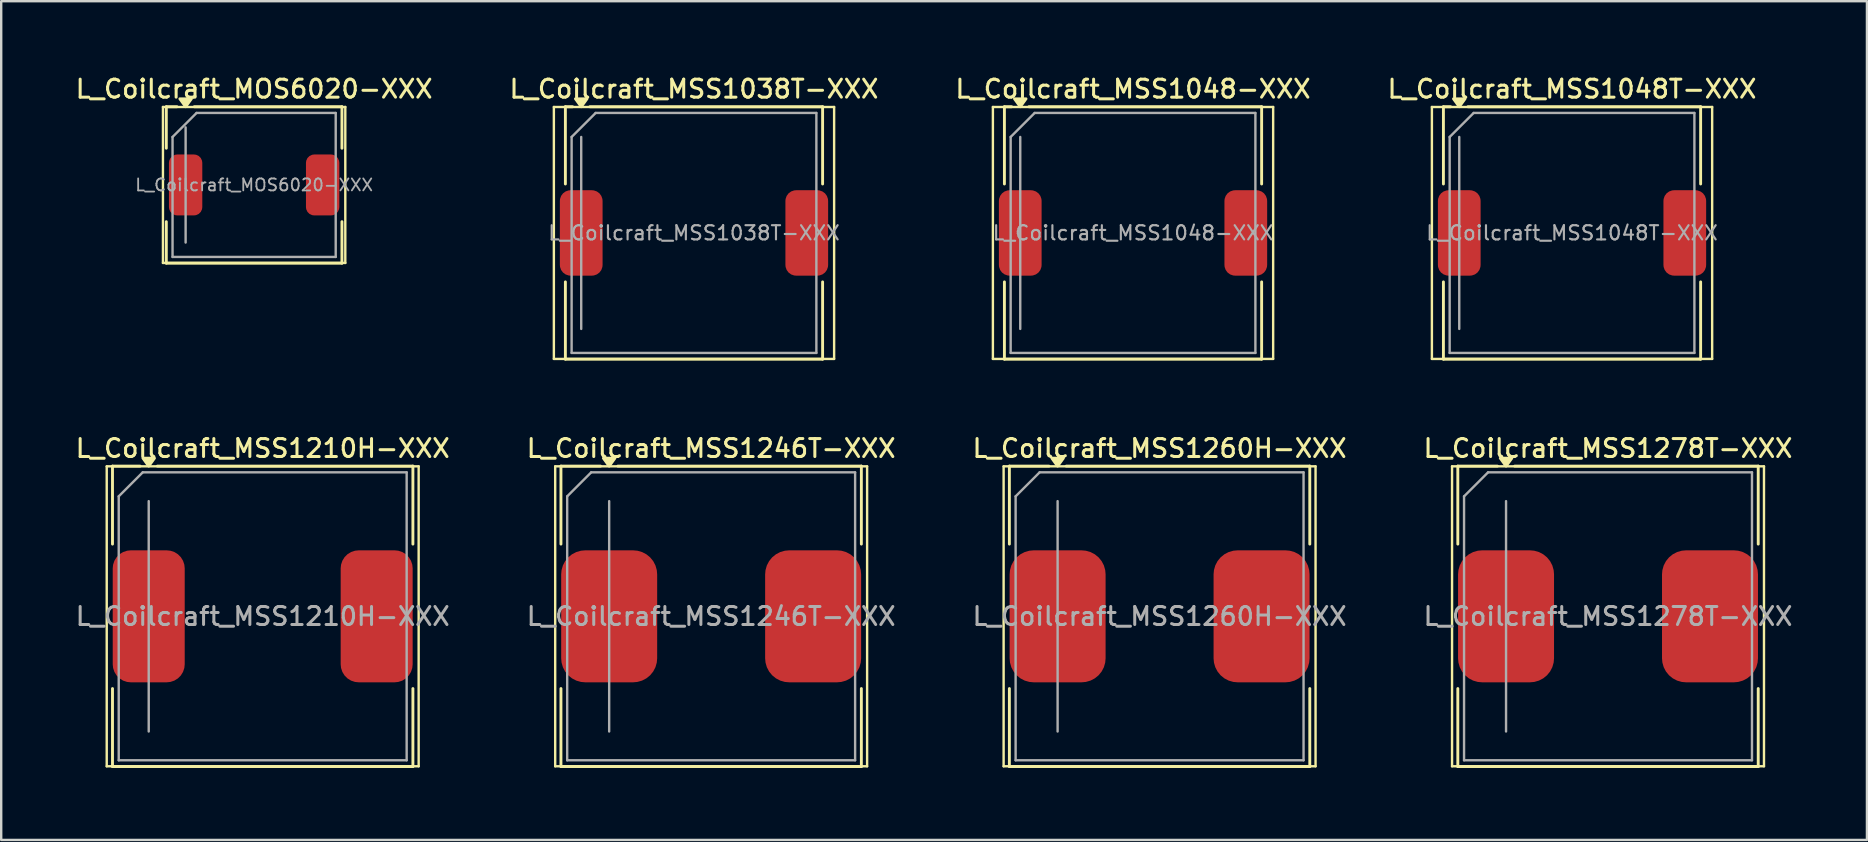
<source format=kicad_pcb>
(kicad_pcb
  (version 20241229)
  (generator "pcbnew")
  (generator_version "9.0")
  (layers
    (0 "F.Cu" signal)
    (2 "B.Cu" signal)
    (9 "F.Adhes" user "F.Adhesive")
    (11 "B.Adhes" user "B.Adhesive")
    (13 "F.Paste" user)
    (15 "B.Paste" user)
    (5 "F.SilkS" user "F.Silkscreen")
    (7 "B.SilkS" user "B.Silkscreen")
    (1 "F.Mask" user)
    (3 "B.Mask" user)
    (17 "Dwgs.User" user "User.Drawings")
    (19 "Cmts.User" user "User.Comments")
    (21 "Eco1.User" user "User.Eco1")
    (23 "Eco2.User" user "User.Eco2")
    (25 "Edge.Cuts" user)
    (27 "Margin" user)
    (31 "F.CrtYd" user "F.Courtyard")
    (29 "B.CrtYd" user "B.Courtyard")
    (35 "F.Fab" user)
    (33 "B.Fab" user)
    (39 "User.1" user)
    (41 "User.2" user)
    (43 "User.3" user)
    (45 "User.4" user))
  (footprint "L_Coilcraft_MSS1260H-XXX"
    (layer "F.Cu")
    (at 45.277 22.636)
    (property "Reference" "L_Coilcraft_MSS1260H-XXX" (at 0 -7 0) (layer "F.SilkS") (effects (font (size 0.75 0.75) (thickness 0.125))))
    (attr smd)
    (fp_line (start -6.5 -6.25) (end -6.5 6.25) (stroke (width 0.1) (type solid)) (layer "F.SilkS"))
    (fp_line (start -6.5 6.25) (end 6.5 6.25) (stroke (width 0.1) (type solid)) (layer "F.SilkS"))
    (fp_line (start -6.26 -6.26) (end -6.26 -3.01) (stroke (width 0.12) (type solid)) (layer "F.SilkS"))
    (fp_line (start -6.26 -6.26) (end -4.61 -6.26) (stroke (width 0.12) (type solid)) (layer "F.SilkS"))
    (fp_line (start -6.26 6.26) (end -6.26 3.01) (stroke (width 0.12) (type solid)) (layer "F.SilkS"))
    (fp_line (start -6.26 6.26) (end 6.26 6.26) (stroke (width 0.12) (type solid)) (layer "F.SilkS"))
    (fp_line (start -3.89 -6.26) (end 6.26 -6.26) (stroke (width 0.12) (type solid)) (layer "F.SilkS"))
    (fp_line (start 6.26 -6.26) (end 6.26 -3.01) (stroke (width 0.12) (type solid)) (layer "F.SilkS"))
    (fp_line (start 6.26 6.26) (end 6.26 3.01) (stroke (width 0.12) (type solid)) (layer "F.SilkS"))
    (fp_line (start 6.5 -6.25) (end -6.5 -6.25) (stroke (width 0.1) (type solid)) (layer "F.SilkS"))
    (fp_line (start 6.5 6.25) (end 6.5 -6.25) (stroke (width 0.1) (type solid)) (layer "F.SilkS"))
    (fp_poly (pts (xy -4.25 -6.26) (xy -4.49 -6.59) (xy -4.01 -6.59) (xy -4.25 -6.26)) (stroke (width 0.12) (type solid)) (fill yes) (layer "F.SilkS"))
    (fp_line (start -6 -5) (end -5 -6) (stroke (width 0.1) (type solid)) (layer "F.Fab"))
    (fp_line (start -6 6) (end -6 -5) (stroke (width 0.1) (type solid)) (layer "F.Fab"))
    (fp_line (start -5 -6) (end 6 -6) (stroke (width 0.1) (type solid)) (layer "F.Fab"))
    (fp_line (start -4.25 4.8) (end -4.25 -4.8) (stroke (width 0.1) (type solid)) (layer "F.Fab"))
    (fp_line (start 6 -6) (end 6 6) (stroke (width 0.1) (type solid)) (layer "F.Fab"))
    (fp_line (start 6 6) (end -6 6) (stroke (width 0.1) (type solid)) (layer "F.Fab"))
    (fp_text user "${REFERENCE}" (at 0 0 0) (layer "F.Fab") (effects (font (size 0.75 0.75) (thickness 0.125))))
    (pad "1" smd roundrect (at -4.25 0) (size 4 5.5) (layers "F.Cu" "F.Mask" "F.Paste") (roundrect_rratio 0.25))
    (pad "2" smd roundrect (at 4.25 0) (size 4 5.5) (layers "F.Cu" "F.Mask" "F.Paste") (roundrect_rratio 0.25)))
  (footprint "L_Coilcraft_MSS1048-XXX"
    (layer "F.Cu")
    (at 44.17 6.658)
    (property "Reference" "L_Coilcraft_MSS1048-XXX" (at 0 -6 0) (layer "F.SilkS") (effects (font (size 0.75 0.75) (thickness 0.125))))
    (attr smd)
    (fp_line (start -5.84 -5.25) (end -5.84 5.25) (stroke (width 0.1) (type solid)) (layer "F.SilkS"))
    (fp_line (start -5.84 5.25) (end 5.84 5.25) (stroke (width 0.1) (type solid)) (layer "F.SilkS"))
    (fp_line (start -5.36 -5.26) (end -5.36 -2.04) (stroke (width 0.12) (type solid)) (layer "F.SilkS"))
    (fp_line (start -5.36 -5.26) (end -5.06 -5.26) (stroke (width 0.12) (type solid)) (layer "F.SilkS"))
    (fp_line (start -5.36 5.26) (end -5.36 2.04) (stroke (width 0.12) (type solid)) (layer "F.SilkS"))
    (fp_line (start -5.36 5.26) (end 5.36 5.26) (stroke (width 0.12) (type solid)) (layer "F.SilkS"))
    (fp_line (start -4.34 -5.26) (end 5.36 -5.26) (stroke (width 0.12) (type solid)) (layer "F.SilkS"))
    (fp_line (start 5.36 -5.26) (end 5.36 -2.04) (stroke (width 0.12) (type solid)) (layer "F.SilkS"))
    (fp_line (start 5.36 5.26) (end 5.36 2.04) (stroke (width 0.12) (type solid)) (layer "F.SilkS"))
    (fp_line (start 5.84 -5.25) (end -5.84 -5.25) (stroke (width 0.1) (type solid)) (layer "F.SilkS"))
    (fp_line (start 5.84 5.25) (end 5.84 -5.25) (stroke (width 0.1) (type solid)) (layer "F.SilkS"))
    (fp_poly (pts (xy -4.7 -5.26) (xy -4.94 -5.59) (xy -4.46 -5.59) (xy -4.7 -5.26)) (stroke (width 0.12) (type solid)) (fill yes) (layer "F.SilkS"))
    (fp_line (start -5.1 -4) (end -4.1 -5) (stroke (width 0.1) (type solid)) (layer "F.Fab"))
    (fp_line (start -5.1 5) (end -5.1 -4) (stroke (width 0.1) (type solid)) (layer "F.Fab"))
    (fp_line (start -4.7 4) (end -4.7 -4) (stroke (width 0.1) (type solid)) (layer "F.Fab"))
    (fp_line (start -4.1 -5) (end 5.1 -5) (stroke (width 0.1) (type solid)) (layer "F.Fab"))
    (fp_line (start 5.1 -5) (end 5.1 5) (stroke (width 0.1) (type solid)) (layer "F.Fab"))
    (fp_line (start 5.1 5) (end -5.1 5) (stroke (width 0.1) (type solid)) (layer "F.Fab"))
    (fp_text user "${REFERENCE}" (at 0 0 0) (layer "F.Fab") (effects (font (size 0.593 0.593) (thickness 0.089))))
    (pad "1" smd roundrect (at -4.7 0) (size 1.78 3.56) (layers "F.Cu" "F.Mask" "F.Paste") (roundrect_rratio 0.25))
    (pad "2" smd roundrect (at 4.7 0) (size 1.78 3.56) (layers "F.Cu" "F.Mask" "F.Paste") (roundrect_rratio 0.25)))
  (footprint "L_Coilcraft_MSS1048T-XXX"
    (layer "F.Cu")
    (at 62.466 6.658)
    (property "Reference" "L_Coilcraft_MSS1048T-XXX" (at 0 -6 0) (layer "F.SilkS") (effects (font (size 0.75 0.75) (thickness 0.125))))
    (attr smd)
    (fp_line (start -5.84 -5.25) (end -5.84 5.25) (stroke (width 0.1) (type solid)) (layer "F.SilkS"))
    (fp_line (start -5.84 5.25) (end 5.84 5.25) (stroke (width 0.1) (type solid)) (layer "F.SilkS"))
    (fp_line (start -5.36 -5.26) (end -5.36 -2.04) (stroke (width 0.12) (type solid)) (layer "F.SilkS"))
    (fp_line (start -5.36 -5.26) (end -5.06 -5.26) (stroke (width 0.12) (type solid)) (layer "F.SilkS"))
    (fp_line (start -5.36 5.26) (end -5.36 2.04) (stroke (width 0.12) (type solid)) (layer "F.SilkS"))
    (fp_line (start -5.36 5.26) (end 5.36 5.26) (stroke (width 0.12) (type solid)) (layer "F.SilkS"))
    (fp_line (start -4.34 -5.26) (end 5.36 -5.26) (stroke (width 0.12) (type solid)) (layer "F.SilkS"))
    (fp_line (start 5.36 -5.26) (end 5.36 -2.04) (stroke (width 0.12) (type solid)) (layer "F.SilkS"))
    (fp_line (start 5.36 5.26) (end 5.36 2.04) (stroke (width 0.12) (type solid)) (layer "F.SilkS"))
    (fp_line (start 5.84 -5.25) (end -5.84 -5.25) (stroke (width 0.1) (type solid)) (layer "F.SilkS"))
    (fp_line (start 5.84 5.25) (end 5.84 -5.25) (stroke (width 0.1) (type solid)) (layer "F.SilkS"))
    (fp_poly (pts (xy -4.7 -5.26) (xy -4.94 -5.59) (xy -4.46 -5.59) (xy -4.7 -5.26)) (stroke (width 0.12) (type solid)) (fill yes) (layer "F.SilkS"))
    (fp_line (start -5.1 -4) (end -4.1 -5) (stroke (width 0.1) (type solid)) (layer "F.Fab"))
    (fp_line (start -5.1 5) (end -5.1 -4) (stroke (width 0.1) (type solid)) (layer "F.Fab"))
    (fp_line (start -4.7 4) (end -4.7 -4) (stroke (width 0.1) (type solid)) (layer "F.Fab"))
    (fp_line (start -4.1 -5) (end 5.1 -5) (stroke (width 0.1) (type solid)) (layer "F.Fab"))
    (fp_line (start 5.1 -5) (end 5.1 5) (stroke (width 0.1) (type solid)) (layer "F.Fab"))
    (fp_line (start 5.1 5) (end -5.1 5) (stroke (width 0.1) (type solid)) (layer "F.Fab"))
    (fp_text user "${REFERENCE}" (at 0 0 0) (layer "F.Fab") (effects (font (size 0.593 0.593) (thickness 0.089))))
    (pad "1" smd roundrect (at -4.7 0) (size 1.78 3.56) (layers "F.Cu" "F.Mask" "F.Paste") (roundrect_rratio 0.25))
    (pad "2" smd roundrect (at 4.7 0) (size 1.78 3.56) (layers "F.Cu" "F.Mask" "F.Paste") (roundrect_rratio 0.25)))
  (footprint "L_Coilcraft_MSS1278T-XXX"
    (layer "F.Cu")
    (at 63.966 22.636)
    (property "Reference" "L_Coilcraft_MSS1278T-XXX" (at 0 -7 0) (layer "F.SilkS") (effects (font (size 0.75 0.75) (thickness 0.125))))
    (attr smd)
    (fp_line (start -6.5 -6.25) (end -6.5 6.25) (stroke (width 0.1) (type solid)) (layer "F.SilkS"))
    (fp_line (start -6.5 6.25) (end 6.5 6.25) (stroke (width 0.1) (type solid)) (layer "F.SilkS"))
    (fp_line (start -6.26 -6.26) (end -6.26 -3.01) (stroke (width 0.12) (type solid)) (layer "F.SilkS"))
    (fp_line (start -6.26 -6.26) (end -4.61 -6.26) (stroke (width 0.12) (type solid)) (layer "F.SilkS"))
    (fp_line (start -6.26 6.26) (end -6.26 3.01) (stroke (width 0.12) (type solid)) (layer "F.SilkS"))
    (fp_line (start -6.26 6.26) (end 6.26 6.26) (stroke (width 0.12) (type solid)) (layer "F.SilkS"))
    (fp_line (start -3.89 -6.26) (end 6.26 -6.26) (stroke (width 0.12) (type solid)) (layer "F.SilkS"))
    (fp_line (start 6.26 -6.26) (end 6.26 -3.01) (stroke (width 0.12) (type solid)) (layer "F.SilkS"))
    (fp_line (start 6.26 6.26) (end 6.26 3.01) (stroke (width 0.12) (type solid)) (layer "F.SilkS"))
    (fp_line (start 6.5 -6.25) (end -6.5 -6.25) (stroke (width 0.1) (type solid)) (layer "F.SilkS"))
    (fp_line (start 6.5 6.25) (end 6.5 -6.25) (stroke (width 0.1) (type solid)) (layer "F.SilkS"))
    (fp_poly (pts (xy -4.25 -6.26) (xy -4.49 -6.59) (xy -4.01 -6.59) (xy -4.25 -6.26)) (stroke (width 0.12) (type solid)) (fill yes) (layer "F.SilkS"))
    (fp_line (start -6 -5) (end -5 -6) (stroke (width 0.1) (type solid)) (layer "F.Fab"))
    (fp_line (start -6 6) (end -6 -5) (stroke (width 0.1) (type solid)) (layer "F.Fab"))
    (fp_line (start -5 -6) (end 6 -6) (stroke (width 0.1) (type solid)) (layer "F.Fab"))
    (fp_line (start -4.25 4.8) (end -4.25 -4.8) (stroke (width 0.1) (type solid)) (layer "F.Fab"))
    (fp_line (start 6 -6) (end 6 6) (stroke (width 0.1) (type solid)) (layer "F.Fab"))
    (fp_line (start 6 6) (end -6 6) (stroke (width 0.1) (type solid)) (layer "F.Fab"))
    (fp_text user "${REFERENCE}" (at 0 0 0) (layer "F.Fab") (effects (font (size 0.75 0.75) (thickness 0.125))))
    (pad "1" smd roundrect (at -4.25 0) (size 4 5.5) (layers "F.Cu" "F.Mask" "F.Paste") (roundrect_rratio 0.25))
    (pad "2" smd roundrect (at 4.25 0) (size 4 5.5) (layers "F.Cu" "F.Mask" "F.Paste") (roundrect_rratio 0.25)))
  (footprint "L_Coilcraft_MOS6020-XXX"
    (layer "F.Cu")
    (at 7.541 4.658)
    (property "Reference" "L_Coilcraft_MOS6020-XXX" (at 0 -4 0) (layer "F.SilkS") (effects (font (size 0.75 0.75) (thickness 0.125))))
    (attr smd)
    (fp_line (start -3.8 -3.25) (end -3.8 3.25) (stroke (width 0.1) (type solid)) (layer "F.SilkS"))
    (fp_line (start -3.8 3.25) (end 3.8 3.25) (stroke (width 0.1) (type solid)) (layer "F.SilkS"))
    (fp_line (start -3.66 -3.26) (end -3.66 -1.53) (stroke (width 0.12) (type solid)) (layer "F.SilkS"))
    (fp_line (start -3.66 -3.26) (end -3.215 -3.26) (stroke (width 0.12) (type solid)) (layer "F.SilkS"))
    (fp_line (start -3.66 3.26) (end -3.66 1.53) (stroke (width 0.12) (type solid)) (layer "F.SilkS"))
    (fp_line (start -3.66 3.26) (end 3.66 3.26) (stroke (width 0.12) (type solid)) (layer "F.SilkS"))
    (fp_line (start -2.495 -3.26) (end 3.66 -3.26) (stroke (width 0.12) (type solid)) (layer "F.SilkS"))
    (fp_line (start 3.66 -3.26) (end 3.66 -1.53) (stroke (width 0.12) (type solid)) (layer "F.SilkS"))
    (fp_line (start 3.66 3.26) (end 3.66 1.53) (stroke (width 0.12) (type solid)) (layer "F.SilkS"))
    (fp_line (start 3.8 -3.25) (end -3.8 -3.25) (stroke (width 0.1) (type solid)) (layer "F.SilkS"))
    (fp_line (start 3.8 3.25) (end 3.8 -3.25) (stroke (width 0.1) (type solid)) (layer "F.SilkS"))
    (fp_poly (pts (xy -2.855 -3.26) (xy -3.095 -3.59) (xy -2.615 -3.59) (xy -2.855 -3.26)) (stroke (width 0.12) (type solid)) (fill yes) (layer "F.SilkS"))
    (fp_line (start -3.4 -2) (end -2.4 -3) (stroke (width 0.1) (type solid)) (layer "F.Fab"))
    (fp_line (start -3.4 3) (end -3.4 -2) (stroke (width 0.1) (type solid)) (layer "F.Fab"))
    (fp_line (start -2.855 2.4) (end -2.855 -2.4) (stroke (width 0.1) (type solid)) (layer "F.Fab"))
    (fp_line (start -2.4 -3) (end 3.4 -3) (stroke (width 0.1) (type solid)) (layer "F.Fab"))
    (fp_line (start 3.4 -3) (end 3.4 3) (stroke (width 0.1) (type solid)) (layer "F.Fab"))
    (fp_line (start 3.4 3) (end -3.4 3) (stroke (width 0.1) (type solid)) (layer "F.Fab"))
    (fp_text user "${REFERENCE}" (at 0 0 0) (layer "F.Fab") (effects (font (size 0.5 0.5) (thickness 0.075))))
    (pad "1" smd roundrect (at -2.855 0) (size 1.39 2.54) (layers "F.Cu" "F.Mask" "F.Paste") (roundrect_rratio 0.25))
    (pad "2" smd roundrect (at 2.855 0) (size 1.39 2.54) (layers "F.Cu" "F.Mask" "F.Paste") (roundrect_rratio 0.25)))
  (footprint "L_Coilcraft_MSS1038T-XXX"
    (layer "F.Cu")
    (at 25.873 6.658)
    (property "Reference" "L_Coilcraft_MSS1038T-XXX" (at 0 -6 0) (layer "F.SilkS") (effects (font (size 0.75 0.75) (thickness 0.125))))
    (attr smd)
    (fp_line (start -5.84 -5.25) (end -5.84 5.25) (stroke (width 0.1) (type solid)) (layer "F.SilkS"))
    (fp_line (start -5.84 5.25) (end 5.84 5.25) (stroke (width 0.1) (type solid)) (layer "F.SilkS"))
    (fp_line (start -5.36 -5.26) (end -5.36 -2.04) (stroke (width 0.12) (type solid)) (layer "F.SilkS"))
    (fp_line (start -5.36 -5.26) (end -5.06 -5.26) (stroke (width 0.12) (type solid)) (layer "F.SilkS"))
    (fp_line (start -5.36 5.26) (end -5.36 2.04) (stroke (width 0.12) (type solid)) (layer "F.SilkS"))
    (fp_line (start -5.36 5.26) (end 5.36 5.26) (stroke (width 0.12) (type solid)) (layer "F.SilkS"))
    (fp_line (start -4.34 -5.26) (end 5.36 -5.26) (stroke (width 0.12) (type solid)) (layer "F.SilkS"))
    (fp_line (start 5.36 -5.26) (end 5.36 -2.04) (stroke (width 0.12) (type solid)) (layer "F.SilkS"))
    (fp_line (start 5.36 5.26) (end 5.36 2.04) (stroke (width 0.12) (type solid)) (layer "F.SilkS"))
    (fp_line (start 5.84 -5.25) (end -5.84 -5.25) (stroke (width 0.1) (type solid)) (layer "F.SilkS"))
    (fp_line (start 5.84 5.25) (end 5.84 -5.25) (stroke (width 0.1) (type solid)) (layer "F.SilkS"))
    (fp_poly (pts (xy -4.7 -5.26) (xy -4.94 -5.59) (xy -4.46 -5.59) (xy -4.7 -5.26)) (stroke (width 0.12) (type solid)) (fill yes) (layer "F.SilkS"))
    (fp_line (start -5.1 -4) (end -4.1 -5) (stroke (width 0.1) (type solid)) (layer "F.Fab"))
    (fp_line (start -5.1 5) (end -5.1 -4) (stroke (width 0.1) (type solid)) (layer "F.Fab"))
    (fp_line (start -4.7 4) (end -4.7 -4) (stroke (width 0.1) (type solid)) (layer "F.Fab"))
    (fp_line (start -4.1 -5) (end 5.1 -5) (stroke (width 0.1) (type solid)) (layer "F.Fab"))
    (fp_line (start 5.1 -5) (end 5.1 5) (stroke (width 0.1) (type solid)) (layer "F.Fab"))
    (fp_line (start 5.1 5) (end -5.1 5) (stroke (width 0.1) (type solid)) (layer "F.Fab"))
    (fp_text user "${REFERENCE}" (at 0 0 0) (layer "F.Fab") (effects (font (size 0.593 0.593) (thickness 0.089))))
    (pad "1" smd roundrect (at -4.7 0) (size 1.78 3.56) (layers "F.Cu" "F.Mask" "F.Paste") (roundrect_rratio 0.25))
    (pad "2" smd roundrect (at 4.7 0) (size 1.78 3.56) (layers "F.Cu" "F.Mask" "F.Paste") (roundrect_rratio 0.25)))
  (footprint "L_Coilcraft_MSS1210H-XXX"
    (layer "F.Cu")
    (at 7.898 22.636)
    (property "Reference" "L_Coilcraft_MSS1210H-XXX" (at 0 -7 0) (layer "F.SilkS") (effects (font (size 0.75 0.75) (thickness 0.125))))
    (attr smd)
    (fp_line (start -6.5 -6.25) (end -6.5 6.25) (stroke (width 0.1) (type solid)) (layer "F.SilkS"))
    (fp_line (start -6.5 6.25) (end 6.5 6.25) (stroke (width 0.1) (type solid)) (layer "F.SilkS"))
    (fp_line (start -6.26 -6.26) (end -6.26 -3.01) (stroke (width 0.12) (type solid)) (layer "F.SilkS"))
    (fp_line (start -6.26 -6.26) (end -5.11 -6.26) (stroke (width 0.12) (type solid)) (layer "F.SilkS"))
    (fp_line (start -6.26 6.26) (end -6.26 3.01) (stroke (width 0.12) (type solid)) (layer "F.SilkS"))
    (fp_line (start -6.26 6.26) (end 6.26 6.26) (stroke (width 0.12) (type solid)) (layer "F.SilkS"))
    (fp_line (start -4.39 -6.26) (end 6.26 -6.26) (stroke (width 0.12) (type solid)) (layer "F.SilkS"))
    (fp_line (start 6.26 -6.26) (end 6.26 -3.01) (stroke (width 0.12) (type solid)) (layer "F.SilkS"))
    (fp_line (start 6.26 6.26) (end 6.26 3.01) (stroke (width 0.12) (type solid)) (layer "F.SilkS"))
    (fp_line (start 6.5 -6.25) (end -6.5 -6.25) (stroke (width 0.1) (type solid)) (layer "F.SilkS"))
    (fp_line (start 6.5 6.25) (end 6.5 -6.25) (stroke (width 0.1) (type solid)) (layer "F.SilkS"))
    (fp_poly (pts (xy -4.75 -6.26) (xy -4.99 -6.59) (xy -4.51 -6.59) (xy -4.75 -6.26)) (stroke (width 0.12) (type solid)) (fill yes) (layer "F.SilkS"))
    (fp_line (start -6 -5) (end -5 -6) (stroke (width 0.1) (type solid)) (layer "F.Fab"))
    (fp_line (start -6 6) (end -6 -5) (stroke (width 0.1) (type solid)) (layer "F.Fab"))
    (fp_line (start -5 -6) (end 6 -6) (stroke (width 0.1) (type solid)) (layer "F.Fab"))
    (fp_line (start -4.75 4.8) (end -4.75 -4.8) (stroke (width 0.1) (type solid)) (layer "F.Fab"))
    (fp_line (start 6 -6) (end 6 6) (stroke (width 0.1) (type solid)) (layer "F.Fab"))
    (fp_line (start 6 6) (end -6 6) (stroke (width 0.1) (type solid)) (layer "F.Fab"))
    (fp_text user "${REFERENCE}" (at 0 0 0) (layer "F.Fab") (effects (font (size 0.75 0.75) (thickness 0.125))))
    (pad "1" smd roundrect (at -4.75 0) (size 3 5.5) (layers "F.Cu" "F.Mask" "F.Paste") (roundrect_rratio 0.25))
    (pad "2" smd roundrect (at 4.75 0) (size 3 5.5) (layers "F.Cu" "F.Mask" "F.Paste") (roundrect_rratio 0.25)))
  (footprint "L_Coilcraft_MSS1246T-XXX"
    (layer "F.Cu")
    (at 26.588 22.636)
    (property "Reference" "L_Coilcraft_MSS1246T-XXX" (at 0 -7 0) (layer "F.SilkS") (effects (font (size 0.75 0.75) (thickness 0.125))))
    (attr smd)
    (fp_line (start -6.5 -6.25) (end -6.5 6.25) (stroke (width 0.1) (type solid)) (layer "F.SilkS"))
    (fp_line (start -6.5 6.25) (end 6.5 6.25) (stroke (width 0.1) (type solid)) (layer "F.SilkS"))
    (fp_line (start -6.26 -6.26) (end -6.26 -3.01) (stroke (width 0.12) (type solid)) (layer "F.SilkS"))
    (fp_line (start -6.26 -6.26) (end -4.61 -6.26) (stroke (width 0.12) (type solid)) (layer "F.SilkS"))
    (fp_line (start -6.26 6.26) (end -6.26 3.01) (stroke (width 0.12) (type solid)) (layer "F.SilkS"))
    (fp_line (start -6.26 6.26) (end 6.26 6.26) (stroke (width 0.12) (type solid)) (layer "F.SilkS"))
    (fp_line (start -3.89 -6.26) (end 6.26 -6.26) (stroke (width 0.12) (type solid)) (layer "F.SilkS"))
    (fp_line (start 6.26 -6.26) (end 6.26 -3.01) (stroke (width 0.12) (type solid)) (layer "F.SilkS"))
    (fp_line (start 6.26 6.26) (end 6.26 3.01) (stroke (width 0.12) (type solid)) (layer "F.SilkS"))
    (fp_line (start 6.5 -6.25) (end -6.5 -6.25) (stroke (width 0.1) (type solid)) (layer "F.SilkS"))
    (fp_line (start 6.5 6.25) (end 6.5 -6.25) (stroke (width 0.1) (type solid)) (layer "F.SilkS"))
    (fp_poly (pts (xy -4.25 -6.26) (xy -4.49 -6.59) (xy -4.01 -6.59) (xy -4.25 -6.26)) (stroke (width 0.12) (type solid)) (fill yes) (layer "F.SilkS"))
    (fp_line (start -6 -5) (end -5 -6) (stroke (width 0.1) (type solid)) (layer "F.Fab"))
    (fp_line (start -6 6) (end -6 -5) (stroke (width 0.1) (type solid)) (layer "F.Fab"))
    (fp_line (start -5 -6) (end 6 -6) (stroke (width 0.1) (type solid)) (layer "F.Fab"))
    (fp_line (start -4.25 4.8) (end -4.25 -4.8) (stroke (width 0.1) (type solid)) (layer "F.Fab"))
    (fp_line (start 6 -6) (end 6 6) (stroke (width 0.1) (type solid)) (layer "F.Fab"))
    (fp_line (start 6 6) (end -6 6) (stroke (width 0.1) (type solid)) (layer "F.Fab"))
    (fp_text user "${REFERENCE}" (at 0 0 0) (layer "F.Fab") (effects (font (size 0.75 0.75) (thickness 0.125))))
    (pad "1" smd roundrect (at -4.25 0) (size 4 5.5) (layers "F.Cu" "F.Mask" "F.Paste") (roundrect_rratio 0.25))
    (pad "2" smd roundrect (at 4.25 0) (size 4 5.5) (layers "F.Cu" "F.Mask" "F.Paste") (roundrect_rratio 0.25)))
  (gr_rect
    (start -3 -3)
    (end 74.757 31.956)
    (stroke (width 0.1) (type default))
    (fill no)
    (layer "Edge.Cuts")))
</source>
